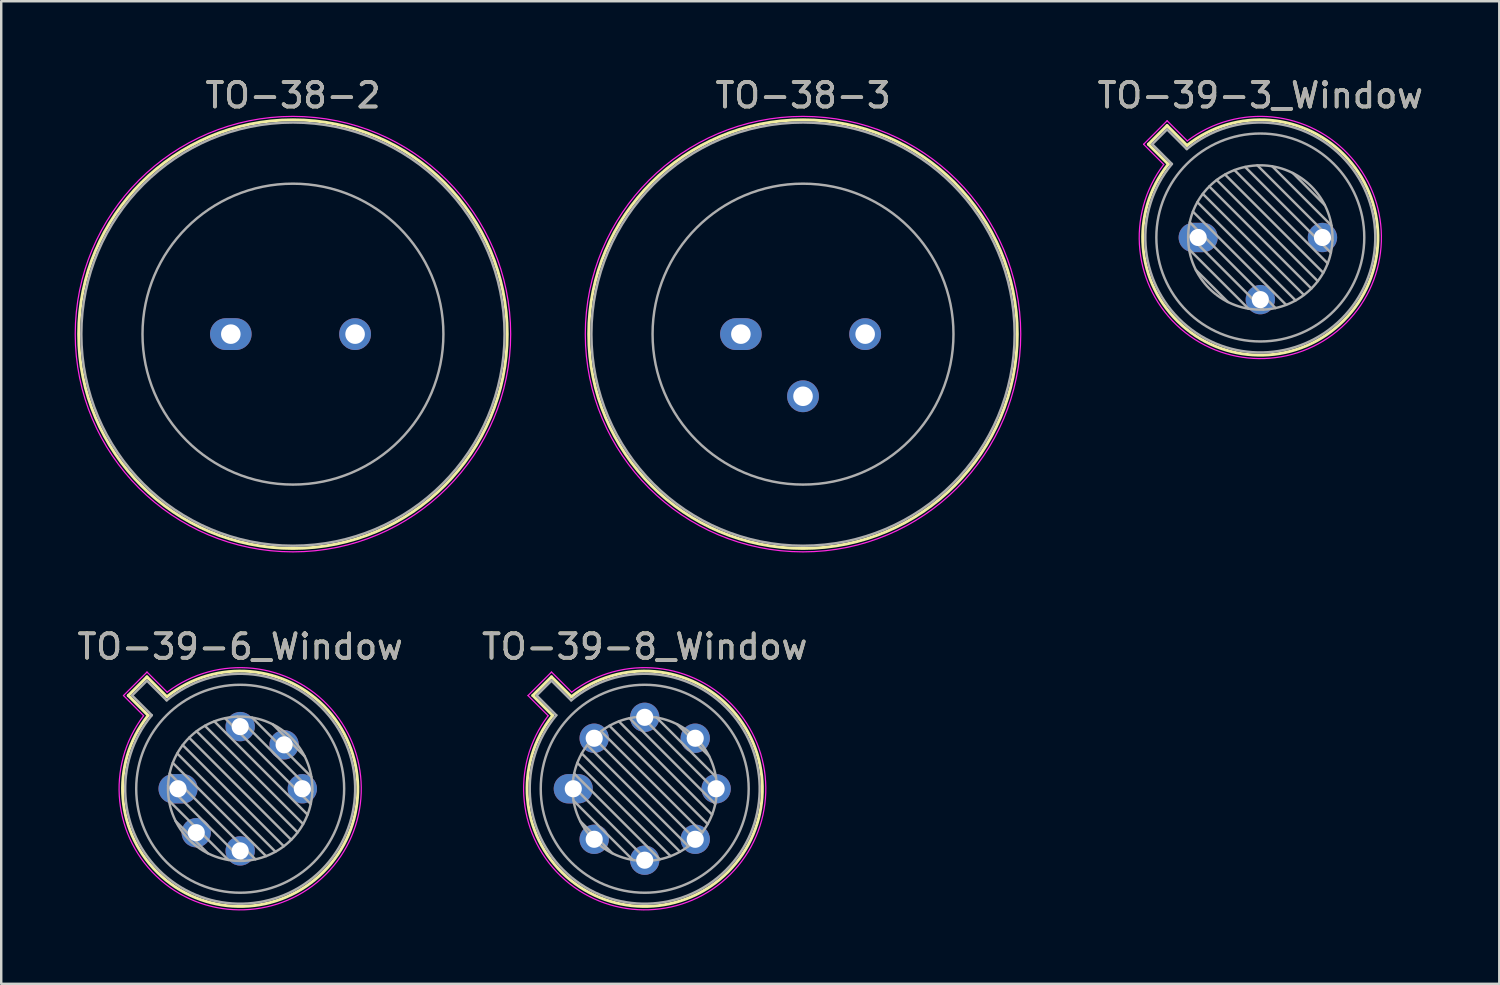
<source format=kicad_pcb>
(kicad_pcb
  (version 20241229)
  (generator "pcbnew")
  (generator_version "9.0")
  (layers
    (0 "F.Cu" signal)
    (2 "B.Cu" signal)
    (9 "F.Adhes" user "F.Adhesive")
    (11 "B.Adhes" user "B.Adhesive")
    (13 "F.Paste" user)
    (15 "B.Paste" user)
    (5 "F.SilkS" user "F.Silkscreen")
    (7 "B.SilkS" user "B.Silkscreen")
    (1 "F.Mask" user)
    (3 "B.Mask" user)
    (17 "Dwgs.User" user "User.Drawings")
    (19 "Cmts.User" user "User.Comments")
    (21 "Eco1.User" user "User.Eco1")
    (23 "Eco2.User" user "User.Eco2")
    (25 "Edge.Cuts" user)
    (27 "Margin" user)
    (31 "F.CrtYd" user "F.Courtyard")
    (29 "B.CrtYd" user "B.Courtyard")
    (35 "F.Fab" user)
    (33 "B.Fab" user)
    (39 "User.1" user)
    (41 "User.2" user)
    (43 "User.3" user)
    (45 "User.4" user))
  (footprint "TO-39-6_Window"
    (layer "F.Cu")
    (at 4.228 29.192)
    (property "Reference" "TO-39-6_Window" (at 2.54 -5.81 0) (layer "F.SilkS") (effects (font (size 1 1) (thickness 0.15))))
    (attr through_hole)
    (fp_line (start -2.035 -3.811) (end -1.222 -2.998) (stroke (width 0.12) (type solid)) (layer "F.SilkS"))
    (fp_line (start -1.271 -4.575) (end -2.035 -3.811) (stroke (width 0.12) (type solid)) (layer "F.SilkS"))
    (fp_line (start -0.458 -3.762) (end -1.271 -4.575) (stroke (width 0.12) (type solid)) (layer "F.SilkS"))
    (fp_arc (start -0.457844 -3.76152) (mid 5.941184 3.401184) (end -1.22152 -2.997844) (stroke (width 0.12) (type solid)) (layer "F.SilkS"))
    (fp_line (start -2.231 -3.81) (end -1.408 -2.986) (stroke (width 0.05) (type solid)) (layer "F.CrtYd"))
    (fp_line (start -1.27 -4.771) (end -2.231 -3.81) (stroke (width 0.05) (type solid)) (layer "F.CrtYd"))
    (fp_line (start -0.446 -3.948) (end -1.27 -4.771) (stroke (width 0.05) (type solid)) (layer "F.CrtYd"))
    (fp_arc (start -0.446162 -3.947827) (mid 6.040179 3.500179) (end -1.407827 -2.986162) (stroke (width 0.05) (type solid)) (layer "F.CrtYd"))
    (fp_line (start -1.88 -3.812) (end -1.074 -3.005) (stroke (width 0.1) (type solid)) (layer "F.Fab"))
    (fp_line (start -1.272 -4.42) (end -1.88 -3.812) (stroke (width 0.1) (type solid)) (layer "F.Fab"))
    (fp_line (start -0.465 -3.614) (end -1.272 -4.42) (stroke (width 0.1) (type solid)) (layer "F.Fab"))
    (fp_line (start -0.408 -0.12) (end 2.66 2.948) (stroke (width 0.1) (type solid)) (layer "F.Fab"))
    (fp_line (start -0.371 0.485) (end 2.055 2.911) (stroke (width 0.1) (type solid)) (layer "F.Fab"))
    (fp_line (start -0.344 -0.622) (end 3.162 2.884) (stroke (width 0.1) (type solid)) (layer "F.Fab"))
    (fp_line (start -0.215 -1.058) (end 3.598 2.755) (stroke (width 0.1) (type solid)) (layer "F.Fab"))
    (fp_line (start -0.097 1.324) (end 1.216 2.637) (stroke (width 0.1) (type solid)) (layer "F.Fab"))
    (fp_line (start -0.034 -1.443) (end 3.983 2.574) (stroke (width 0.1) (type solid)) (layer "F.Fab"))
    (fp_line (start 0.19 -1.784) (end 4.324 2.35) (stroke (width 0.1) (type solid)) (layer "F.Fab"))
    (fp_line (start 0.454 -2.086) (end 4.626 2.086) (stroke (width 0.1) (type solid)) (layer "F.Fab"))
    (fp_line (start 0.756 -2.35) (end 4.89 1.784) (stroke (width 0.1) (type solid)) (layer "F.Fab"))
    (fp_line (start 1.097 -2.574) (end 5.114 1.443) (stroke (width 0.1) (type solid)) (layer "F.Fab"))
    (fp_line (start 1.482 -2.755) (end 5.295 1.058) (stroke (width 0.1) (type solid)) (layer "F.Fab"))
    (fp_line (start 1.918 -2.884) (end 5.424 0.622) (stroke (width 0.1) (type solid)) (layer "F.Fab"))
    (fp_line (start 2.42 -2.948) (end 5.488 0.12) (stroke (width 0.1) (type solid)) (layer "F.Fab"))
    (fp_line (start 3.025 -2.911) (end 5.451 -0.485) (stroke (width 0.1) (type solid)) (layer "F.Fab"))
    (fp_line (start 3.864 -2.637) (end 5.177 -1.324) (stroke (width 0.1) (type solid)) (layer "F.Fab"))
    (fp_arc (start -0.465408 -3.61352) (mid 5.863402 3.323402) (end -1.07352 -3.005408) (stroke (width 0.1) (type solid)) (layer "F.Fab"))
    (fp_circle (center 2.54 0) (end 5.49 0) (stroke (width 0.1) (type solid)) (fill no) (layer "F.Fab"))
    (fp_circle (center 2.54 0) (end 6.79 0) (stroke (width 0.1) (type solid)) (fill no) (layer "F.Fab"))
    (fp_text user "${REFERENCE}" (at 2.54 -5.81 0) (layer "F.Fab") (effects (font (size 1 1) (thickness 0.15))))
    (pad "1" thru_hole oval (at 0 0) (size 1.6 1.2) (drill 0.7) (layers "*.Cu" "*.Mask"))
    (pad "2" thru_hole circle (at 0.744 1.796) (size 1.2 1.2) (drill 0.7) (layers "*.Cu" "*.Mask"))
    (pad "3" thru_hole circle (at 2.54 2.54) (size 1.2 1.2) (drill 0.7) (layers "*.Cu" "*.Mask"))
    (pad "4" thru_hole circle (at 5.08 0) (size 1.2 1.2) (drill 0.7) (layers "*.Cu" "*.Mask"))
    (pad "5" thru_hole circle (at 4.336 -1.796) (size 1.2 1.2) (drill 0.7) (layers "*.Cu" "*.Mask"))
    (pad "6" thru_hole circle (at 2.54 -2.54) (size 1.2 1.2) (drill 0.7) (layers "*.Cu" "*.Mask")))
  (footprint "TO-39-8_Window"
    (layer "F.Cu")
    (at 20.384 29.192)
    (property "Reference" "TO-39-8_Window" (at 2.92 -5.81 0) (layer "F.SilkS") (effects (font (size 1 1) (thickness 0.15))))
    (attr through_hole)
    (fp_line (start -1.655 -3.811) (end -0.842 -2.998) (stroke (width 0.12) (type solid)) (layer "F.SilkS"))
    (fp_line (start -0.891 -4.575) (end -1.655 -3.811) (stroke (width 0.12) (type solid)) (layer "F.SilkS"))
    (fp_line (start -0.078 -3.762) (end -0.891 -4.575) (stroke (width 0.12) (type solid)) (layer "F.SilkS"))
    (fp_arc (start -0.077844 -3.76152) (mid 6.321184 3.401184) (end -0.84152 -2.997844) (stroke (width 0.12) (type solid)) (layer "F.SilkS"))
    (fp_line (start -1.851 -3.81) (end -1.028 -2.986) (stroke (width 0.05) (type solid)) (layer "F.CrtYd"))
    (fp_line (start -0.89 -4.771) (end -1.851 -3.81) (stroke (width 0.05) (type solid)) (layer "F.CrtYd"))
    (fp_line (start -0.066 -3.948) (end -0.89 -4.771) (stroke (width 0.05) (type solid)) (layer "F.CrtYd"))
    (fp_arc (start -0.066162 -3.947827) (mid 6.420179 3.500179) (end -1.027827 -2.986162) (stroke (width 0.05) (type solid)) (layer "F.CrtYd"))
    (fp_line (start -1.5 -3.812) (end -0.694 -3.005) (stroke (width 0.1) (type solid)) (layer "F.Fab"))
    (fp_line (start -0.892 -4.42) (end -1.5 -3.812) (stroke (width 0.1) (type solid)) (layer "F.Fab"))
    (fp_line (start -0.085 -3.614) (end -0.892 -4.42) (stroke (width 0.1) (type solid)) (layer "F.Fab"))
    (fp_line (start -0.028 -0.12) (end 3.04 2.948) (stroke (width 0.1) (type solid)) (layer "F.Fab"))
    (fp_line (start 0.009 0.485) (end 2.435 2.911) (stroke (width 0.1) (type solid)) (layer "F.Fab"))
    (fp_line (start 0.036 -0.622) (end 3.542 2.884) (stroke (width 0.1) (type solid)) (layer "F.Fab"))
    (fp_line (start 0.165 -1.058) (end 3.978 2.755) (stroke (width 0.1) (type solid)) (layer "F.Fab"))
    (fp_line (start 0.283 1.324) (end 1.596 2.637) (stroke (width 0.1) (type solid)) (layer "F.Fab"))
    (fp_line (start 0.346 -1.443) (end 4.363 2.574) (stroke (width 0.1) (type solid)) (layer "F.Fab"))
    (fp_line (start 0.57 -1.784) (end 4.704 2.35) (stroke (width 0.1) (type solid)) (layer "F.Fab"))
    (fp_line (start 0.834 -2.086) (end 5.006 2.086) (stroke (width 0.1) (type solid)) (layer "F.Fab"))
    (fp_line (start 1.136 -2.35) (end 5.27 1.784) (stroke (width 0.1) (type solid)) (layer "F.Fab"))
    (fp_line (start 1.477 -2.574) (end 5.494 1.443) (stroke (width 0.1) (type solid)) (layer "F.Fab"))
    (fp_line (start 1.862 -2.755) (end 5.675 1.058) (stroke (width 0.1) (type solid)) (layer "F.Fab"))
    (fp_line (start 2.298 -2.884) (end 5.804 0.622) (stroke (width 0.1) (type solid)) (layer "F.Fab"))
    (fp_line (start 2.8 -2.948) (end 5.868 0.12) (stroke (width 0.1) (type solid)) (layer "F.Fab"))
    (fp_line (start 3.405 -2.911) (end 5.831 -0.485) (stroke (width 0.1) (type solid)) (layer "F.Fab"))
    (fp_line (start 4.244 -2.637) (end 5.557 -1.324) (stroke (width 0.1) (type solid)) (layer "F.Fab"))
    (fp_arc (start -0.085408 -3.61352) (mid 6.243402 3.323402) (end -0.69352 -3.005408) (stroke (width 0.1) (type solid)) (layer "F.Fab"))
    (fp_circle (center 2.92 0) (end 5.87 0) (stroke (width 0.1) (type solid)) (fill no) (layer "F.Fab"))
    (fp_circle (center 2.92 0) (end 7.17 0) (stroke (width 0.1) (type solid)) (fill no) (layer "F.Fab"))
    (fp_text user "${REFERENCE}" (at 2.92 -5.81 0) (layer "F.Fab") (effects (font (size 1 1) (thickness 0.15))))
    (pad "1" thru_hole oval (at 0 0) (size 1.6 1.2) (drill 0.7) (layers "*.Cu" "*.Mask"))
    (pad "2" thru_hole circle (at 0.855 2.065) (size 1.2 1.2) (drill 0.7) (layers "*.Cu" "*.Mask"))
    (pad "3" thru_hole circle (at 2.92 2.92) (size 1.2 1.2) (drill 0.7) (layers "*.Cu" "*.Mask"))
    (pad "4" thru_hole circle (at 4.985 2.065) (size 1.2 1.2) (drill 0.7) (layers "*.Cu" "*.Mask"))
    (pad "5" thru_hole circle (at 5.84 0) (size 1.2 1.2) (drill 0.7) (layers "*.Cu" "*.Mask"))
    (pad "6" thru_hole circle (at 4.985 -2.065) (size 1.2 1.2) (drill 0.7) (layers "*.Cu" "*.Mask"))
    (pad "7" thru_hole circle (at 2.92 -2.92) (size 1.2 1.2) (drill 0.7) (layers "*.Cu" "*.Mask"))
    (pad "8" thru_hole circle (at 0.855 -2.065) (size 1.2 1.2) (drill 0.7) (layers "*.Cu" "*.Mask")))
  (footprint "TO-38-2"
    (layer "F.Cu")
    (at 6.385 10.608)
    (property "Reference" "TO-38-2" (at 2.54 -9.76 0) (layer "F.SilkS") (effects (font (size 1 1) (thickness 0.15))))
    (attr through_hole)
    (fp_circle (center 2.54 0) (end 11.3 0) (stroke (width 0.12) (type solid)) (fill no) (layer "F.SilkS"))
    (fp_circle (center 2.54 0) (end 11.44 0) (stroke (width 0.05) (type solid)) (fill no) (layer "F.CrtYd"))
    (fp_circle (center 2.54 0) (end 8.69 0) (stroke (width 0.1) (type solid)) (fill no) (layer "F.Fab"))
    (fp_circle (center 2.54 0) (end 11.19 0) (stroke (width 0.1) (type solid)) (fill no) (layer "F.Fab"))
    (fp_text user "${REFERENCE}" (at 2.54 -9.76 0) (layer "F.Fab") (effects (font (size 1 1) (thickness 0.15))))
    (pad "1" thru_hole oval (at 0 0) (size 1.7 1.3) (drill 0.8) (layers "*.Cu" "*.Mask"))
    (pad "2" thru_hole circle (at 5.08 0) (size 1.3 1.3) (drill 0.8) (layers "*.Cu" "*.Mask")))
  (footprint "TO-38-3"
    (layer "F.Cu")
    (at 27.235 10.608)
    (property "Reference" "TO-38-3" (at 2.54 -9.76 0) (layer "F.SilkS") (effects (font (size 1 1) (thickness 0.15))))
    (attr through_hole)
    (fp_circle (center 2.54 0) (end 11.3 0) (stroke (width 0.12) (type solid)) (fill no) (layer "F.SilkS"))
    (fp_circle (center 2.54 0) (end 11.44 0) (stroke (width 0.05) (type solid)) (fill no) (layer "F.CrtYd"))
    (fp_circle (center 2.54 0) (end 8.69 0) (stroke (width 0.1) (type solid)) (fill no) (layer "F.Fab"))
    (fp_circle (center 2.54 0) (end 11.19 0) (stroke (width 0.1) (type solid)) (fill no) (layer "F.Fab"))
    (fp_text user "${REFERENCE}" (at 2.54 -9.76 0) (layer "F.Fab") (effects (font (size 1 1) (thickness 0.15))))
    (pad "1" thru_hole oval (at 0 0) (size 1.7 1.3) (drill 0.8) (layers "*.Cu" "*.Mask"))
    (pad "2" thru_hole circle (at 2.54 2.54) (size 1.3 1.3) (drill 0.8) (layers "*.Cu" "*.Mask"))
    (pad "3" thru_hole circle (at 5.08 0) (size 1.3 1.3) (drill 0.8) (layers "*.Cu" "*.Mask")))
  (footprint "TO-39-3_Window"
    (layer "F.Cu")
    (at 45.928 6.658)
    (property "Reference" "TO-39-3_Window" (at 2.54 -5.81 0) (layer "F.SilkS") (effects (font (size 1 1) (thickness 0.15))))
    (attr through_hole)
    (fp_line (start -2.035 -3.811) (end -1.222 -2.998) (stroke (width 0.12) (type solid)) (layer "F.SilkS"))
    (fp_line (start -1.271 -4.575) (end -2.035 -3.811) (stroke (width 0.12) (type solid)) (layer "F.SilkS"))
    (fp_line (start -0.458 -3.762) (end -1.271 -4.575) (stroke (width 0.12) (type solid)) (layer "F.SilkS"))
    (fp_arc (start -0.457844 -3.76152) (mid 5.941184 3.401184) (end -1.22152 -2.997844) (stroke (width 0.12) (type solid)) (layer "F.SilkS"))
    (fp_line (start -2.231 -3.81) (end -1.408 -2.986) (stroke (width 0.05) (type solid)) (layer "F.CrtYd"))
    (fp_line (start -1.27 -4.771) (end -2.231 -3.81) (stroke (width 0.05) (type solid)) (layer "F.CrtYd"))
    (fp_line (start -0.446 -3.948) (end -1.27 -4.771) (stroke (width 0.05) (type solid)) (layer "F.CrtYd"))
    (fp_arc (start -0.446162 -3.947827) (mid 6.040179 3.500179) (end -1.407827 -2.986162) (stroke (width 0.05) (type solid)) (layer "F.CrtYd"))
    (fp_line (start -1.88 -3.812) (end -1.074 -3.005) (stroke (width 0.1) (type solid)) (layer "F.Fab"))
    (fp_line (start -1.272 -4.42) (end -1.88 -3.812) (stroke (width 0.1) (type solid)) (layer "F.Fab"))
    (fp_line (start -0.465 -3.614) (end -1.272 -4.42) (stroke (width 0.1) (type solid)) (layer "F.Fab"))
    (fp_line (start -0.408 -0.12) (end 2.66 2.948) (stroke (width 0.1) (type solid)) (layer "F.Fab"))
    (fp_line (start -0.371 0.485) (end 2.055 2.911) (stroke (width 0.1) (type solid)) (layer "F.Fab"))
    (fp_line (start -0.344 -0.622) (end 3.162 2.884) (stroke (width 0.1) (type solid)) (layer "F.Fab"))
    (fp_line (start -0.215 -1.058) (end 3.598 2.755) (stroke (width 0.1) (type solid)) (layer "F.Fab"))
    (fp_line (start -0.097 1.324) (end 1.216 2.637) (stroke (width 0.1) (type solid)) (layer "F.Fab"))
    (fp_line (start -0.034 -1.443) (end 3.983 2.574) (stroke (width 0.1) (type solid)) (layer "F.Fab"))
    (fp_line (start 0.19 -1.784) (end 4.324 2.35) (stroke (width 0.1) (type solid)) (layer "F.Fab"))
    (fp_line (start 0.454 -2.086) (end 4.626 2.086) (stroke (width 0.1) (type solid)) (layer "F.Fab"))
    (fp_line (start 0.756 -2.35) (end 4.89 1.784) (stroke (width 0.1) (type solid)) (layer "F.Fab"))
    (fp_line (start 1.097 -2.574) (end 5.114 1.443) (stroke (width 0.1) (type solid)) (layer "F.Fab"))
    (fp_line (start 1.482 -2.755) (end 5.295 1.058) (stroke (width 0.1) (type solid)) (layer "F.Fab"))
    (fp_line (start 1.918 -2.884) (end 5.424 0.622) (stroke (width 0.1) (type solid)) (layer "F.Fab"))
    (fp_line (start 2.42 -2.948) (end 5.488 0.12) (stroke (width 0.1) (type solid)) (layer "F.Fab"))
    (fp_line (start 3.025 -2.911) (end 5.451 -0.485) (stroke (width 0.1) (type solid)) (layer "F.Fab"))
    (fp_line (start 3.864 -2.637) (end 5.177 -1.324) (stroke (width 0.1) (type solid)) (layer "F.Fab"))
    (fp_arc (start -0.465408 -3.61352) (mid 5.863402 3.323402) (end -1.07352 -3.005408) (stroke (width 0.1) (type solid)) (layer "F.Fab"))
    (fp_circle (center 2.54 0) (end 5.49 0) (stroke (width 0.1) (type solid)) (fill no) (layer "F.Fab"))
    (fp_circle (center 2.54 0) (end 6.79 0) (stroke (width 0.1) (type solid)) (fill no) (layer "F.Fab"))
    (fp_text user "${REFERENCE}" (at 2.54 -5.81 0) (layer "F.Fab") (effects (font (size 1 1) (thickness 0.15))))
    (pad "1" thru_hole oval (at 0 0) (size 1.6 1.2) (drill 0.7) (layers "*.Cu" "*.Mask"))
    (pad "2" thru_hole circle (at 2.54 2.54) (size 1.2 1.2) (drill 0.7) (layers "*.Cu" "*.Mask"))
    (pad "3" thru_hole circle (at 5.08 0) (size 1.2 1.2) (drill 0.7) (layers "*.Cu" "*.Mask")))
  (gr_rect
    (start -3 -3)
    (end 58.236 37.166)
    (stroke (width 0.1) (type default))
    (fill no)
    (layer "Edge.Cuts")))
</source>
